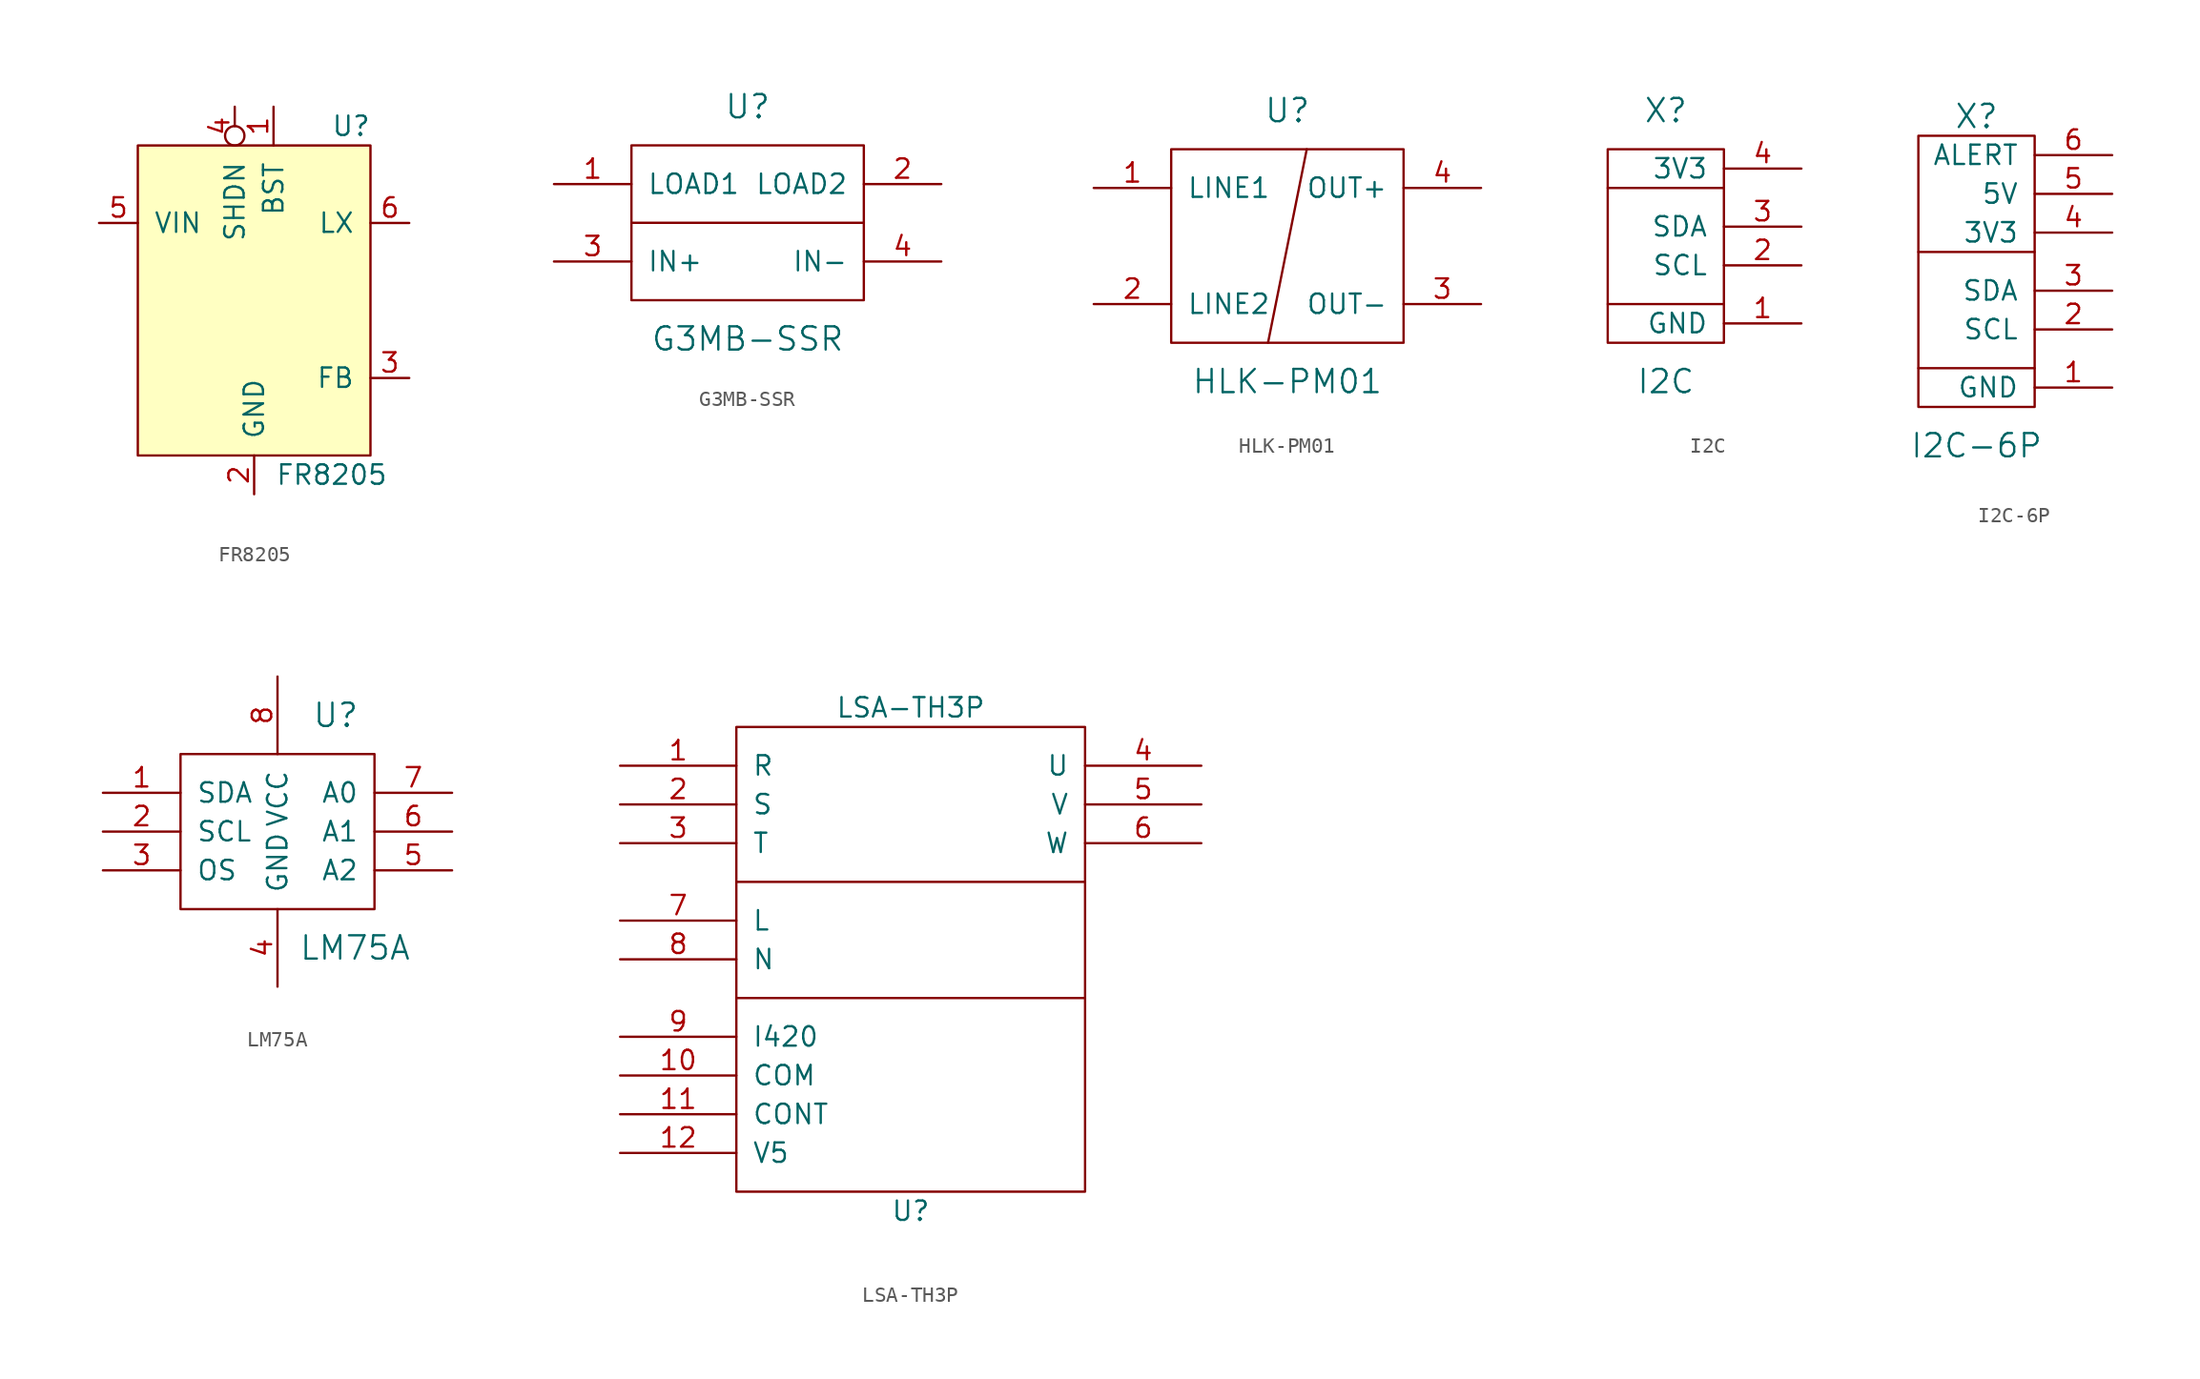
<source format=kicad_sym>
(kicad_symbol_lib
  (version 20211014)
  (generator kicad_symbol_editor)
  (symbol "Drake:FR8205"
    (pin_names
      (offset 1.016))
    (property "Reference" "U"
      (at 6.35 13.97 0)
      (effects (font (size 1.27 1.27))))
    (property "Value" "FR8205"
      (at 5.08 -8.89 0)
      (effects (font (size 1.27 1.27))))
    (symbol "FR8205_0_1"
      (rectangle (start 7.62 -7.62) (end -7.62 12.7) (stroke (width 0) (type default) (color 0 0 0 0)) (fill (type background))))
    (symbol "FR8205_1_1"
      (pin bidirectional line (at 1.27 15.24 270) (length 2.54) (name "BST" (effects (font (size 1.27 1.27)))) (number "1" (effects (font (size 1.27 1.27)))))
      (pin power_in line (at 0 -10.16 90) (length 2.54) (name "GND" (effects (font (size 1.27 1.27)))) (number "2" (effects (font (size 1.27 1.27)))))
      (pin input line (at 10.16 -2.54 180) (length 2.54) (name "FB" (effects (font (size 1.27 1.27)))) (number "3" (effects (font (size 1.27 1.27)))))
      (pin input inverted (at -1.27 15.24 270) (length 2.54) (name "SHDN" (effects (font (size 1.27 1.27)))) (number "4" (effects (font (size 1.27 1.27)))))
      (pin power_in line (at -10.16 7.62 0) (length 2.54) (name "VIN" (effects (font (size 1.27 1.27)))) (number "5" (effects (font (size 1.27 1.27)))))
      (pin power_out line (at 10.16 7.62 180) (length 2.54) (name "LX" (effects (font (size 1.27 1.27)))) (number "6" (effects (font (size 1.27 1.27)))))))
  (symbol "Drake:G3MB-SSR"
    (pin_names
      (offset 1.016))
    (property "Reference" "U"
      (at 0 7.62 0)
      (effects (font (size 1.524 1.524))))
    (property "Value" "G3MB-SSR"
      (at 0 -7.62 0)
      (effects (font (size 1.524 1.524))))
    (symbol "G3MB-SSR_0_1"
      (rectangle (start -7.62 5.08) (end 7.62 -5.08) (stroke (width 0) (type default) (color 0 0 0 0)) (fill (type none)))
      (polyline (pts (xy -7.62 0) (xy 7.62 0)) (stroke (width 0) (type default) (color 0 0 0 0)) (fill (type none))))
    (symbol "G3MB-SSR_1_1"
      (pin input line (at -12.7 2.54 0) (length 5.08) (name "LOAD1" (effects (font (size 1.27 1.27)))) (number "1" (effects (font (size 1.27 1.27)))))
      (pin input line (at 12.7 2.54 180) (length 5.08) (name "LOAD2" (effects (font (size 1.27 1.27)))) (number "2" (effects (font (size 1.27 1.27)))))
      (pin input line (at -12.7 -2.54 0) (length 5.08) (name "IN+" (effects (font (size 1.27 1.27)))) (number "3" (effects (font (size 1.27 1.27)))))
      (pin input line (at 12.7 -2.54 180) (length 5.08) (name "IN-" (effects (font (size 1.27 1.27)))) (number "4" (effects (font (size 1.27 1.27)))))))
  (symbol "Drake:HLK-PM01"
    (pin_names
      (offset 1.016))
    (property "Reference" "U"
      (at 0 8.89 0)
      (effects (font (size 1.524 1.524))))
    (property "Value" "HLK-PM01"
      (at 0 -8.89 0)
      (effects (font (size 1.524 1.524))))
    (symbol "HLK-PM01_0_1"
      (rectangle (start -7.62 6.35) (end 7.62 -6.35) (stroke (width 0) (type default) (color 0 0 0 0)) (fill (type none)))
      (polyline (pts (xy -1.27 -6.35) (xy 1.27 6.35)) (stroke (width 0) (type default) (color 0 0 0 0)) (fill (type none))))
    (symbol "HLK-PM01_1_1"
      (pin input line (at -12.7 3.81 0) (length 5.08) (name "LINE1" (effects (font (size 1.27 1.27)))) (number "1" (effects (font (size 1.27 1.27)))))
      (pin input line (at -12.7 -3.81 0) (length 5.08) (name "LINE2" (effects (font (size 1.27 1.27)))) (number "2" (effects (font (size 1.27 1.27)))))
      (pin input line (at 12.7 -3.81 180) (length 5.08) (name "OUT-" (effects (font (size 1.27 1.27)))) (number "3" (effects (font (size 1.27 1.27)))))
      (pin input line (at 12.7 3.81 180) (length 5.08) (name "OUT+" (effects (font (size 1.27 1.27)))) (number "4" (effects (font (size 1.27 1.27)))))))
  (symbol "Drake:I2C"
    (pin_names
      (offset 1.016))
    (property "Reference" "X"
      (at 0 8.89 0)
      (effects (font (size 1.524 1.524))))
    (property "Value" "I2C"
      (at 0 -8.89 0)
      (effects (font (size 1.524 1.524))))
    (symbol "I2C_0_1"
      (polyline (pts (xy 3.81 -3.81) (xy -3.81 -3.81)) (stroke (width 0) (type default) (color 0 0 0 0)) (fill (type none)))
      (polyline (pts (xy 3.81 3.81) (xy -3.81 3.81)) (stroke (width 0) (type default) (color 0 0 0 0)) (fill (type none)))
      (rectangle (start 3.81 6.35) (end -3.81 -6.35) (stroke (width 0) (type default) (color 0 0 0 0)) (fill (type none))))
    (symbol "I2C_1_1"
      (pin power_in line (at 8.89 -5.08 180) (length 5.08) (name "GND" (effects (font (size 1.27 1.27)))) (number "1" (effects (font (size 1.27 1.27)))))
      (pin open_collector line (at 8.89 -1.27 180) (length 5.08) (name "SCL" (effects (font (size 1.27 1.27)))) (number "2" (effects (font (size 1.27 1.27)))))
      (pin open_collector line (at 8.89 1.27 180) (length 5.08) (name "SDA" (effects (font (size 1.27 1.27)))) (number "3" (effects (font (size 1.27 1.27)))))
      (pin power_in line (at 8.89 5.08 180) (length 5.08) (name "3V3" (effects (font (size 1.27 1.27)))) (number "4" (effects (font (size 1.27 1.27)))))))
  (symbol "Drake:I2C-6P"
    (pin_names
      (offset 1.016))
    (property "Reference" "X"
      (at 0 12.7 0)
      (effects (font (size 1.524 1.524))))
    (property "Value" "I2C-6P"
      (at 0 -8.89 0)
      (effects (font (size 1.524 1.524))))
    (symbol "I2C-6P_0_1"
      (polyline (pts (xy 3.81 -3.81) (xy -3.81 -3.81)) (stroke (width 0) (type default) (color 0 0 0 0)) (fill (type none)))
      (polyline (pts (xy 3.81 3.81) (xy -3.81 3.81)) (stroke (width 0) (type default) (color 0 0 0 0)) (fill (type none)))
      (rectangle (start 3.81 11.43) (end -3.81 -6.35) (stroke (width 0) (type default) (color 0 0 0 0)) (fill (type none))))
    (symbol "I2C-6P_1_1"
      (pin power_in line (at 8.89 -5.08 180) (length 5.08) (name "GND" (effects (font (size 1.27 1.27)))) (number "1" (effects (font (size 1.27 1.27)))))
      (pin open_collector line (at 8.89 -1.27 180) (length 5.08) (name "SCL" (effects (font (size 1.27 1.27)))) (number "2" (effects (font (size 1.27 1.27)))))
      (pin open_collector line (at 8.89 1.27 180) (length 5.08) (name "SDA" (effects (font (size 1.27 1.27)))) (number "3" (effects (font (size 1.27 1.27)))))
      (pin power_in line (at 8.89 5.08 180) (length 5.08) (name "3V3" (effects (font (size 1.27 1.27)))) (number "4" (effects (font (size 1.27 1.27)))))
      (pin power_in line (at 8.89 7.62 180) (length 5.08) (name "5V" (effects (font (size 1.27 1.27)))) (number "5" (effects (font (size 1.27 1.27)))))
      (pin open_collector line (at 8.89 10.16 180) (length 5.08) (name "ALERT" (effects (font (size 1.27 1.27)))) (number "6" (effects (font (size 1.27 1.27)))))))
  (symbol "Drake:LM75A"
    (pin_names
      (offset 1.016))
    (property "Reference" "U"
      (at 3.81 7.62 0)
      (effects (font (size 1.524 1.524))))
    (property "Value" "LM75A"
      (at 5.08 -7.62 0)
      (effects (font (size 1.524 1.524))))
    (property "Footprint" ""
      (at 0 0 0)
      (effects (font (size 1.524 1.524))))
    (property "Datasheet" ""
      (at 0 0 0)
      (effects (font (size 1.524 1.524))))
    (symbol "LM75A_0_1"
      (rectangle (start -6.35 5.08) (end 6.35 -5.08) (stroke (width 0) (type default) (color 0 0 0 0)) (fill (type none))))
    (symbol "LM75A_1_1"
      (pin bidirectional line (at -11.43 2.54 0) (length 5.08) (name "SDA" (effects (font (size 1.27 1.27)))) (number "1" (effects (font (size 1.27 1.27)))))
      (pin bidirectional line (at -11.43 0 0) (length 5.08) (name "SCL" (effects (font (size 1.27 1.27)))) (number "2" (effects (font (size 1.27 1.27)))))
      (pin output line (at -11.43 -2.54 0) (length 5.08) (name "OS" (effects (font (size 1.27 1.27)))) (number "3" (effects (font (size 1.27 1.27)))))
      (pin power_in line (at 0 -10.16 90) (length 5.08) (name "GND" (effects (font (size 1.27 1.27)))) (number "4" (effects (font (size 1.27 1.27)))))
      (pin input line (at 11.43 -2.54 180) (length 5.08) (name "A2" (effects (font (size 1.27 1.27)))) (number "5" (effects (font (size 1.27 1.27)))))
      (pin input line (at 11.43 0 180) (length 5.08) (name "A1" (effects (font (size 1.27 1.27)))) (number "6" (effects (font (size 1.27 1.27)))))
      (pin input line (at 11.43 2.54 180) (length 5.08) (name "A0" (effects (font (size 1.27 1.27)))) (number "7" (effects (font (size 1.27 1.27)))))
      (pin power_in line (at 0 10.16 270) (length 5.08) (name "VCC" (effects (font (size 1.27 1.27)))) (number "8" (effects (font (size 1.27 1.27)))))))
  (symbol "Drake:LSA-TH3P"
    (pin_names
      (offset 1.016))
    (property "Reference" "U"
      (at 0 -17.78 0)
      (effects (font (size 1.27 1.27))))
    (property "Value" "LSA-TH3P"
      (at 0 15.24 0)
      (effects (font (size 1.27 1.27))))
    (symbol "LSA-TH3P_0_1"
      (polyline (pts (xy -11.43 -3.81) (xy 11.43 -3.81)) (stroke (width 0) (type default) (color 0 0 0 0)) (fill (type none)))
      (polyline (pts (xy -11.43 3.81) (xy 11.43 3.81)) (stroke (width 0) (type default) (color 0 0 0 0)) (fill (type none))))
    (symbol "LSA-TH3P_1_0"
      (rectangle (start -11.43 -16.51) (end 11.43 13.97) (stroke (width 0) (type default) (color 0 0 0 0)) (fill (type none))))
    (symbol "LSA-TH3P_1_1"
      (pin input line (at -19.05 11.43 0) (length 7.62) (name "R" (effects (font (size 1.27 1.27)))) (number "1" (effects (font (size 1.27 1.27)))))
      (pin input line (at -19.05 -8.89 0) (length 7.62) (name "COM" (effects (font (size 1.27 1.27)))) (number "10" (effects (font (size 1.27 1.27)))))
      (pin input line (at -19.05 -11.43 0) (length 7.62) (name "CONT" (effects (font (size 1.27 1.27)))) (number "11" (effects (font (size 1.27 1.27)))))
      (pin bidirectional line (at -19.05 -13.97 0) (length 7.62) (name "V5" (effects (font (size 1.27 1.27)))) (number "12" (effects (font (size 1.27 1.27)))))
      (pin input line (at -19.05 8.89 0) (length 7.62) (name "S" (effects (font (size 1.27 1.27)))) (number "2" (effects (font (size 1.27 1.27)))))
      (pin input line (at -19.05 6.35 0) (length 7.62) (name "T" (effects (font (size 1.27 1.27)))) (number "3" (effects (font (size 1.27 1.27)))))
      (pin output line (at 19.05 11.43 180) (length 7.62) (name "U" (effects (font (size 1.27 1.27)))) (number "4" (effects (font (size 1.27 1.27)))))
      (pin output line (at 19.05 8.89 180) (length 7.62) (name "V" (effects (font (size 1.27 1.27)))) (number "5" (effects (font (size 1.27 1.27)))))
      (pin output line (at 19.05 6.35 180) (length 7.62) (name "W" (effects (font (size 1.27 1.27)))) (number "6" (effects (font (size 1.27 1.27)))))
      (pin input line (at -19.05 1.27 0) (length 7.62) (name "L" (effects (font (size 1.27 1.27)))) (number "7" (effects (font (size 1.27 1.27)))))
      (pin input line (at -19.05 -1.27 0) (length 7.62) (name "N" (effects (font (size 1.27 1.27)))) (number "8" (effects (font (size 1.27 1.27)))))
      (pin input line (at -19.05 -6.35 0) (length 7.62) (name "I420" (effects (font (size 1.27 1.27)))) (number "9" (effects (font (size 1.27 1.27))))))))
</source>
